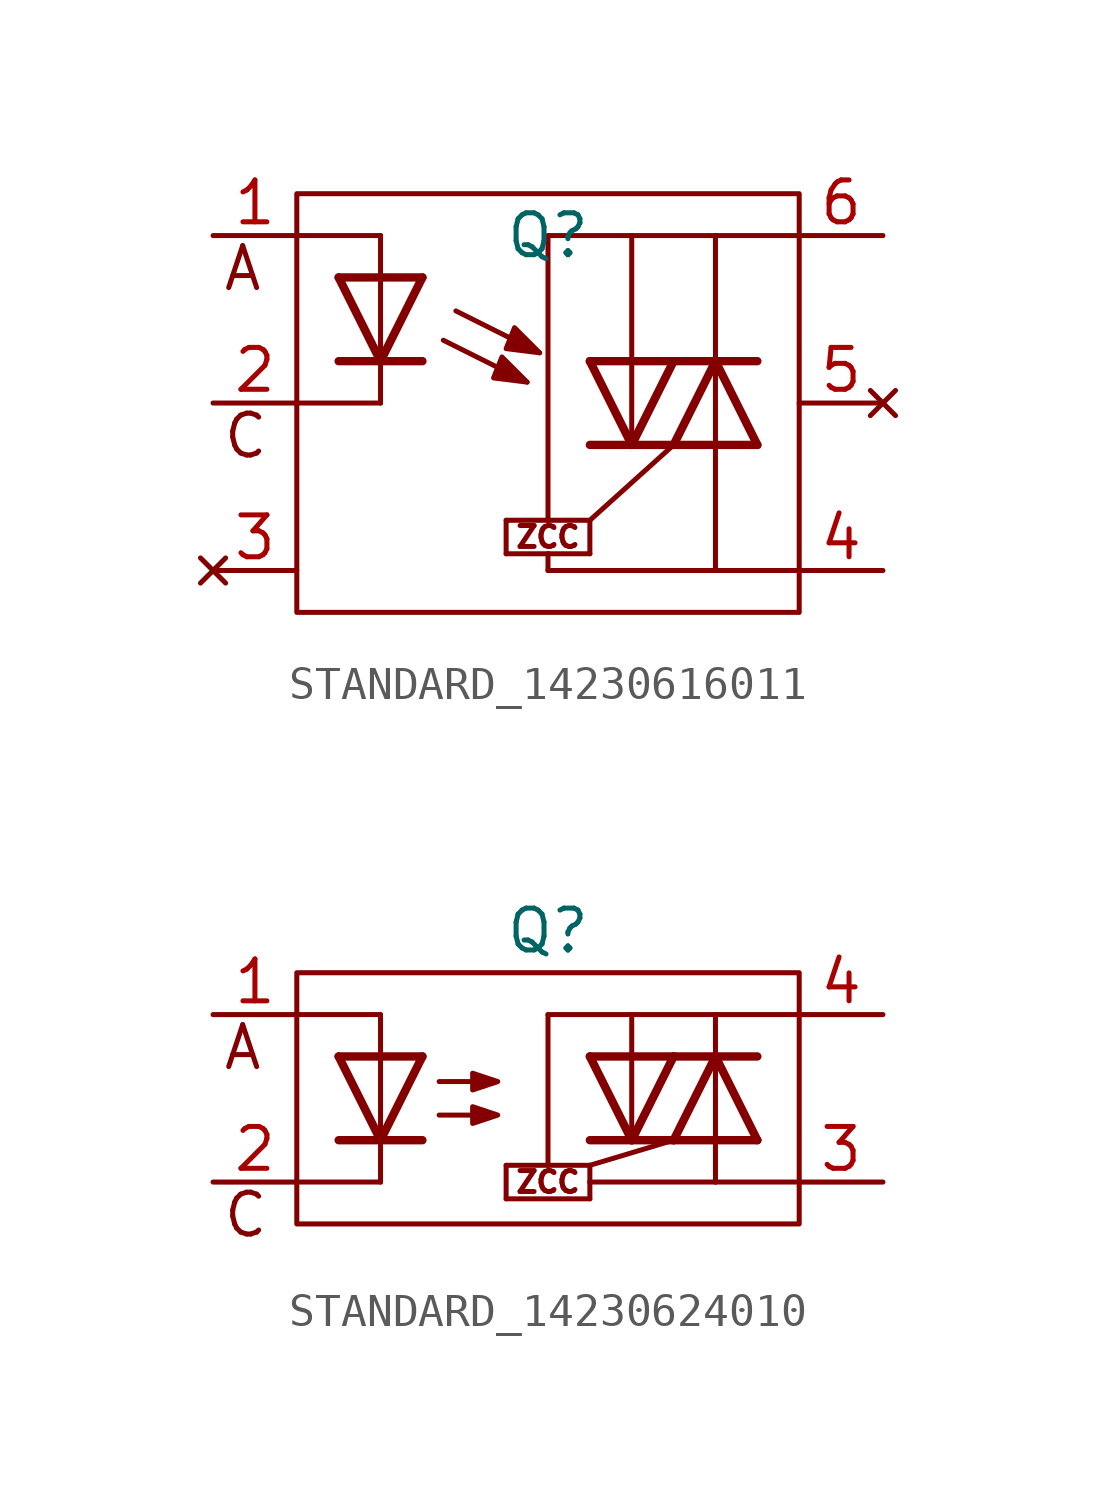
<source format=kicad_sym>
(kicad_symbol_lib
  (version 20220914)
  (generator kicad_symbol_editor)
  (symbol "STANDARD_14230616011"
    (pin_names hide)
    (property "Reference" "Q"
      (at 0 5.08 0)
      (effects (font (size 1.27 1.27))))
    (symbol "STANDARD_14230616011_0_0"
      (rectangle (start -7.62 6.35) (end 7.62 -6.35) (stroke (width 0) (type default)) (fill (type none)))
      (polyline (pts (xy -5.08 0) (xy -7.62 0)) (stroke (width 0.152) (type default)) (fill (type none)))
      (polyline (pts (xy -5.08 1.27) (xy -6.35 1.27)) (stroke (width 0.254) (type default)) (fill (type none)))
      (polyline (pts (xy -5.08 1.27) (xy -6.35 3.81)) (stroke (width 0.254) (type default)) (fill (type none)))
      (polyline (pts (xy -5.08 1.27) (xy -5.08 0)) (stroke (width 0.152) (type default)) (fill (type none)))
      (polyline (pts (xy -5.08 3.81) (xy -6.35 3.81)) (stroke (width 0.254) (type default)) (fill (type none)))
      (polyline (pts (xy -5.08 3.81) (xy -5.08 1.27)) (stroke (width 0.152) (type default)) (fill (type none)))
      (polyline (pts (xy -5.08 3.81) (xy -5.08 5.08)) (stroke (width 0.152) (type default)) (fill (type none)))
      (polyline (pts (xy -5.08 5.08) (xy -7.62 5.08)) (stroke (width 0.152) (type default)) (fill (type none)))
      (polyline (pts (xy -3.81 1.27) (xy -5.08 1.27)) (stroke (width 0.254) (type default)) (fill (type none)))
      (polyline (pts (xy -3.81 3.81) (xy -5.08 1.27)) (stroke (width 0.254) (type default)) (fill (type none)))
      (polyline (pts (xy -3.81 3.81) (xy -5.08 3.81)) (stroke (width 0.254) (type default)) (fill (type none)))
      (polyline (pts (xy -3.175 1.905) (xy -0.635 0.635)) (stroke (width 0.152) (type default)) (fill (type none)))
      (polyline (pts (xy -2.794 2.794) (xy -0.254 1.524)) (stroke (width 0.152) (type default)) (fill (type none)))
      (polyline (pts (xy -1.27 -4.572) (xy -1.27 -3.556)) (stroke (width 0.152) (type default)) (fill (type none)))
      (polyline (pts (xy -1.27 -3.556) (xy 0 -3.556)) (stroke (width 0.152) (type default)) (fill (type none)))
      (polyline (pts (xy 0 -5.08) (xy 5.08 -5.08)) (stroke (width 0.152) (type default)) (fill (type none)))
      (polyline (pts (xy 0 -4.572) (xy -1.27 -4.572)) (stroke (width 0.152) (type default)) (fill (type none)))
      (polyline (pts (xy 0 -4.572) (xy 0 -5.08)) (stroke (width 0.152) (type default)) (fill (type none)))
      (polyline (pts (xy 0 -3.556) (xy 1.27 -3.556)) (stroke (width 0.152) (type default)) (fill (type none)))
      (polyline (pts (xy 0 5.08) (xy 0 -3.556)) (stroke (width 0.152) (type default)) (fill (type none)))
      (polyline (pts (xy 1.27 -4.572) (xy 0 -4.572)) (stroke (width 0.152) (type default)) (fill (type none)))
      (polyline (pts (xy 1.27 -3.556) (xy 1.27 -4.572)) (stroke (width 0.152) (type default)) (fill (type none)))
      (polyline (pts (xy 1.27 -3.556) (xy 3.81 -1.27)) (stroke (width 0.152) (type default)) (fill (type none)))
      (polyline (pts (xy 2.54 -1.27) (xy 1.27 -1.27)) (stroke (width 0.254) (type default)) (fill (type none)))
      (polyline (pts (xy 2.54 -1.27) (xy 1.27 1.27)) (stroke (width 0.254) (type default)) (fill (type none)))
      (polyline (pts (xy 2.54 1.27) (xy 1.27 1.27)) (stroke (width 0.254) (type default)) (fill (type none)))
      (polyline (pts (xy 2.54 1.27) (xy 2.54 -1.27)) (stroke (width 0.152) (type default)) (fill (type none)))
      (polyline (pts (xy 2.54 1.27) (xy 2.54 5.08)) (stroke (width 0.152) (type default)) (fill (type none)))
      (polyline (pts (xy 2.54 5.08) (xy 0 5.08)) (stroke (width 0.152) (type default)) (fill (type none)))
      (polyline (pts (xy 3.81 -1.27) (xy 2.54 -1.27)) (stroke (width 0.254) (type default)) (fill (type none)))
      (polyline (pts (xy 3.81 -1.27) (xy 5.08 -1.27)) (stroke (width 0.254) (type default)) (fill (type none)))
      (polyline (pts (xy 3.81 -1.27) (xy 5.08 1.27)) (stroke (width 0.254) (type default)) (fill (type none)))
      (polyline (pts (xy 3.81 1.27) (xy 2.54 -1.27)) (stroke (width 0.254) (type default)) (fill (type none)))
      (polyline (pts (xy 3.81 1.27) (xy 2.54 1.27)) (stroke (width 0.254) (type default)) (fill (type none)))
      (polyline (pts (xy 3.81 1.27) (xy 5.08 1.27)) (stroke (width 0.254) (type default)) (fill (type none)))
      (polyline (pts (xy 5.08 -1.27) (xy 5.08 -5.08)) (stroke (width 0.152) (type default)) (fill (type none)))
      (polyline (pts (xy 5.08 -1.27) (xy 5.08 1.27)) (stroke (width 0.152) (type default)) (fill (type none)))
      (polyline (pts (xy 5.08 -1.27) (xy 6.35 -1.27)) (stroke (width 0.254) (type default)) (fill (type none)))
      (polyline (pts (xy 5.08 1.27) (xy 5.08 5.08)) (stroke (width 0.152) (type default)) (fill (type none)))
      (polyline (pts (xy 5.08 1.27) (xy 6.35 -1.27)) (stroke (width 0.254) (type default)) (fill (type none)))
      (polyline (pts (xy 5.08 1.27) (xy 6.35 1.27)) (stroke (width 0.254) (type default)) (fill (type none)))
      (polyline (pts (xy 5.08 5.08) (xy 2.54 5.08)) (stroke (width 0.152) (type default)) (fill (type none)))
      (polyline (pts (xy 7.62 -5.08) (xy 5.08 -5.08)) (stroke (width 0.152) (type default)) (fill (type none)))
      (polyline (pts (xy 7.62 5.08) (xy 5.08 5.08)) (stroke (width 0.152) (type default)) (fill (type none)))
      (polyline (pts (xy -1.397 1.397) (xy -0.635 0.635) (xy -1.651 0.762) (xy -1.397 1.397)) (stroke (width 0.152) (type default)) (fill (type outline)))
      (polyline (pts (xy -1.016 2.286) (xy -0.254 1.524) (xy -1.27 1.651) (xy -1.016 2.286)) (stroke (width 0.152) (type default)) (fill (type outline)))
      (text "A" (at -9.906 4.826 0) (effects (font (size 1.27 1.27)) (justify left top)))
      (text "C" (at -9.906 -0.254 0) (effects (font (size 1.27 1.27)) (justify left top))))
    (symbol "STANDARD_14230616011_1_0"
      (text "ZCC" (at 0 -4.064 0) (effects (font (size 0.635 0.635))))
      (pin passive line (at -10.16 5.08 0) (length 2.54) (name "Anode" (effects (font (size 1.27 1.27)))) (number "1" (effects (font (size 1.27 1.27)))))
      (pin passive line (at -10.16 0 0) (length 2.54) (name "Cathode" (effects (font (size 1.27 1.27)))) (number "2" (effects (font (size 1.27 1.27)))))
      (pin no_connect line (at -10.16 -5.08 0) (length 2.54) (name "NC" (effects (font (size 1.27 1.27)))) (number "3" (effects (font (size 1.27 1.27)))))
      (pin passive line (at 10.16 -5.08 180) (length 2.54) (name "Teminal" (effects (font (size 1.27 1.27)))) (number "4" (effects (font (size 1.27 1.27)))))
      (pin no_connect line (at 10.16 0 180) (length 2.54) (name "NC" (effects (font (size 1.27 1.27)))) (number "5" (effects (font (size 1.27 1.27)))))
      (pin passive line (at 10.16 5.08 180) (length 2.54) (name "Teminal" (effects (font (size 1.27 1.27)))) (number "6" (effects (font (size 1.27 1.27)))))))
  (symbol "STANDARD_14230624010"
    (pin_names hide)
    (property "Reference" "Q"
      (at 0 5.08 0)
      (effects (font (size 1.27 1.27))))
    (symbol "STANDARD_14230624010_0_0"
      (polyline (pts (xy -5.08 -2.54) (xy -7.62 -2.54)) (stroke (width 0.152) (type default)) (fill (type none)))
      (polyline (pts (xy -5.08 -1.27) (xy -6.35 -1.27)) (stroke (width 0.254) (type default)) (fill (type none)))
      (polyline (pts (xy -5.08 -1.27) (xy -6.35 1.27)) (stroke (width 0.254) (type default)) (fill (type none)))
      (polyline (pts (xy -5.08 -1.27) (xy -5.08 -2.54)) (stroke (width 0.152) (type default)) (fill (type none)))
      (polyline (pts (xy -5.08 1.27) (xy -6.35 1.27)) (stroke (width 0.254) (type default)) (fill (type none)))
      (polyline (pts (xy -5.08 1.27) (xy -5.08 -1.27)) (stroke (width 0.152) (type default)) (fill (type none)))
      (polyline (pts (xy -5.08 1.27) (xy -5.08 2.54)) (stroke (width 0.152) (type default)) (fill (type none)))
      (polyline (pts (xy -3.81 -1.27) (xy -5.08 -1.27)) (stroke (width 0.254) (type default)) (fill (type none)))
      (polyline (pts (xy -3.81 1.27) (xy -5.08 -1.27)) (stroke (width 0.254) (type default)) (fill (type none)))
      (polyline (pts (xy -3.81 1.27) (xy -5.08 1.27)) (stroke (width 0.254) (type default)) (fill (type none)))
      (polyline (pts (xy -3.302 -0.508) (xy -2.032 -0.508)) (stroke (width 0.152) (type default)) (fill (type none)))
      (polyline (pts (xy -3.302 0.508) (xy -2.032 0.508)) (stroke (width 0.152) (type default)) (fill (type none)))
      (polyline (pts (xy -1.27 -3.048) (xy -1.27 -2.032)) (stroke (width 0.152) (type default)) (fill (type none)))
      (polyline (pts (xy -1.27 -2.032) (xy 0 -2.032)) (stroke (width 0.152) (type default)) (fill (type none)))
      (polyline (pts (xy 0 -2.032) (xy 1.27 -2.032)) (stroke (width 0.152) (type default)) (fill (type none)))
      (polyline (pts (xy 0 2.54) (xy 0 -2.032)) (stroke (width 0.152) (type default)) (fill (type none)))
      (polyline (pts (xy 1.27 -3.048) (xy -1.27 -3.048)) (stroke (width 0.152) (type default)) (fill (type none)))
      (polyline (pts (xy 1.27 -2.54) (xy 1.27 -3.048)) (stroke (width 0.152) (type default)) (fill (type none)))
      (polyline (pts (xy 1.27 -2.54) (xy 5.08 -2.54)) (stroke (width 0.152) (type default)) (fill (type none)))
      (polyline (pts (xy 1.27 -2.032) (xy 1.27 -2.54)) (stroke (width 0.152) (type default)) (fill (type none)))
      (polyline (pts (xy 2.54 -1.27) (xy 1.27 -1.27)) (stroke (width 0.254) (type default)) (fill (type none)))
      (polyline (pts (xy 2.54 -1.27) (xy 1.27 1.27)) (stroke (width 0.254) (type default)) (fill (type none)))
      (polyline (pts (xy 2.54 1.27) (xy 1.27 1.27)) (stroke (width 0.254) (type default)) (fill (type none)))
      (polyline (pts (xy 2.54 1.27) (xy 2.54 -1.27)) (stroke (width 0.152) (type default)) (fill (type none)))
      (polyline (pts (xy 2.54 1.27) (xy 2.54 2.54)) (stroke (width 0.152) (type default)) (fill (type none)))
      (polyline (pts (xy 2.54 2.54) (xy 0 2.54)) (stroke (width 0.152) (type default)) (fill (type none)))
      (polyline (pts (xy 3.81 -1.27) (xy 1.27 -2.032)) (stroke (width 0.152) (type default)) (fill (type none)))
      (polyline (pts (xy 3.81 -1.27) (xy 2.54 -1.27)) (stroke (width 0.254) (type default)) (fill (type none)))
      (polyline (pts (xy 3.81 -1.27) (xy 5.08 -1.27)) (stroke (width 0.254) (type default)) (fill (type none)))
      (polyline (pts (xy 3.81 -1.27) (xy 5.08 1.27)) (stroke (width 0.254) (type default)) (fill (type none)))
      (polyline (pts (xy 3.81 1.27) (xy 2.54 -1.27)) (stroke (width 0.254) (type default)) (fill (type none)))
      (polyline (pts (xy 3.81 1.27) (xy 2.54 1.27)) (stroke (width 0.254) (type default)) (fill (type none)))
      (polyline (pts (xy 3.81 1.27) (xy 5.08 1.27)) (stroke (width 0.254) (type default)) (fill (type none)))
      (polyline (pts (xy 5.08 -1.27) (xy 5.08 -2.54)) (stroke (width 0.152) (type default)) (fill (type none)))
      (polyline (pts (xy 5.08 -1.27) (xy 5.08 1.27)) (stroke (width 0.152) (type default)) (fill (type none)))
      (polyline (pts (xy 5.08 -1.27) (xy 6.35 -1.27)) (stroke (width 0.254) (type default)) (fill (type none)))
      (polyline (pts (xy 5.08 1.27) (xy 5.08 2.54)) (stroke (width 0.152) (type default)) (fill (type none)))
      (polyline (pts (xy 5.08 1.27) (xy 6.35 -1.27)) (stroke (width 0.254) (type default)) (fill (type none)))
      (polyline (pts (xy 5.08 1.27) (xy 6.35 1.27)) (stroke (width 0.254) (type default)) (fill (type none)))
      (polyline (pts (xy 5.08 2.54) (xy 2.54 2.54)) (stroke (width 0.152) (type default)) (fill (type none)))
      (polyline (pts (xy 7.62 -2.54) (xy 5.08 -2.54)) (stroke (width 0.152) (type default)) (fill (type none)))
      (polyline (pts (xy 7.62 2.54) (xy 5.08 2.54)) (stroke (width 0.152) (type default)) (fill (type none)))
      (polyline (pts (xy -2.286 -0.254) (xy -1.524 -0.508) (xy -2.286 -0.762) (xy -2.286 -0.254)) (stroke (width 0.152) (type default)) (fill (type outline)))
      (polyline (pts (xy -2.286 0.762) (xy -1.524 0.508) (xy -2.286 0.254) (xy -2.286 0.762)) (stroke (width 0.152) (type default)) (fill (type outline)))
      (text "A" (at -9.906 2.286 0) (effects (font (size 1.27 1.27)) (justify left top)))
      (text "C" (at -9.906 -2.794 0) (effects (font (size 1.27 1.27)) (justify left top))))
    (symbol "STANDARD_14230624010_0_1"
      (rectangle (start -7.62 3.81) (end 7.62 -3.81) (stroke (width 0) (type default)) (fill (type none))))
    (symbol "STANDARD_14230624010_1_0"
      (polyline (pts (xy -5.08 2.54) (xy -7.62 2.54)) (stroke (width 0.152) (type default)) (fill (type none)))
      (text "ZCC" (at 0 -2.54 0) (effects (font (size 0.635 0.635))))
      (pin passive line (at -10.16 2.54 0) (length 2.54) (name "Anode" (effects (font (size 1.27 1.27)))) (number "1" (effects (font (size 1.27 1.27)))))
      (pin passive line (at -10.16 -2.54 0) (length 2.54) (name "Cathode" (effects (font (size 1.27 1.27)))) (number "2" (effects (font (size 1.27 1.27)))))
      (pin passive line (at 10.16 -2.54 180) (length 2.54) (name "Teminal" (effects (font (size 1.27 1.27)))) (number "3" (effects (font (size 1.27 1.27)))))
      (pin passive line (at 10.16 2.54 180) (length 2.54) (name "Teminal" (effects (font (size 1.27 1.27)))) (number "4" (effects (font (size 1.27 1.27))))))))
</source>
